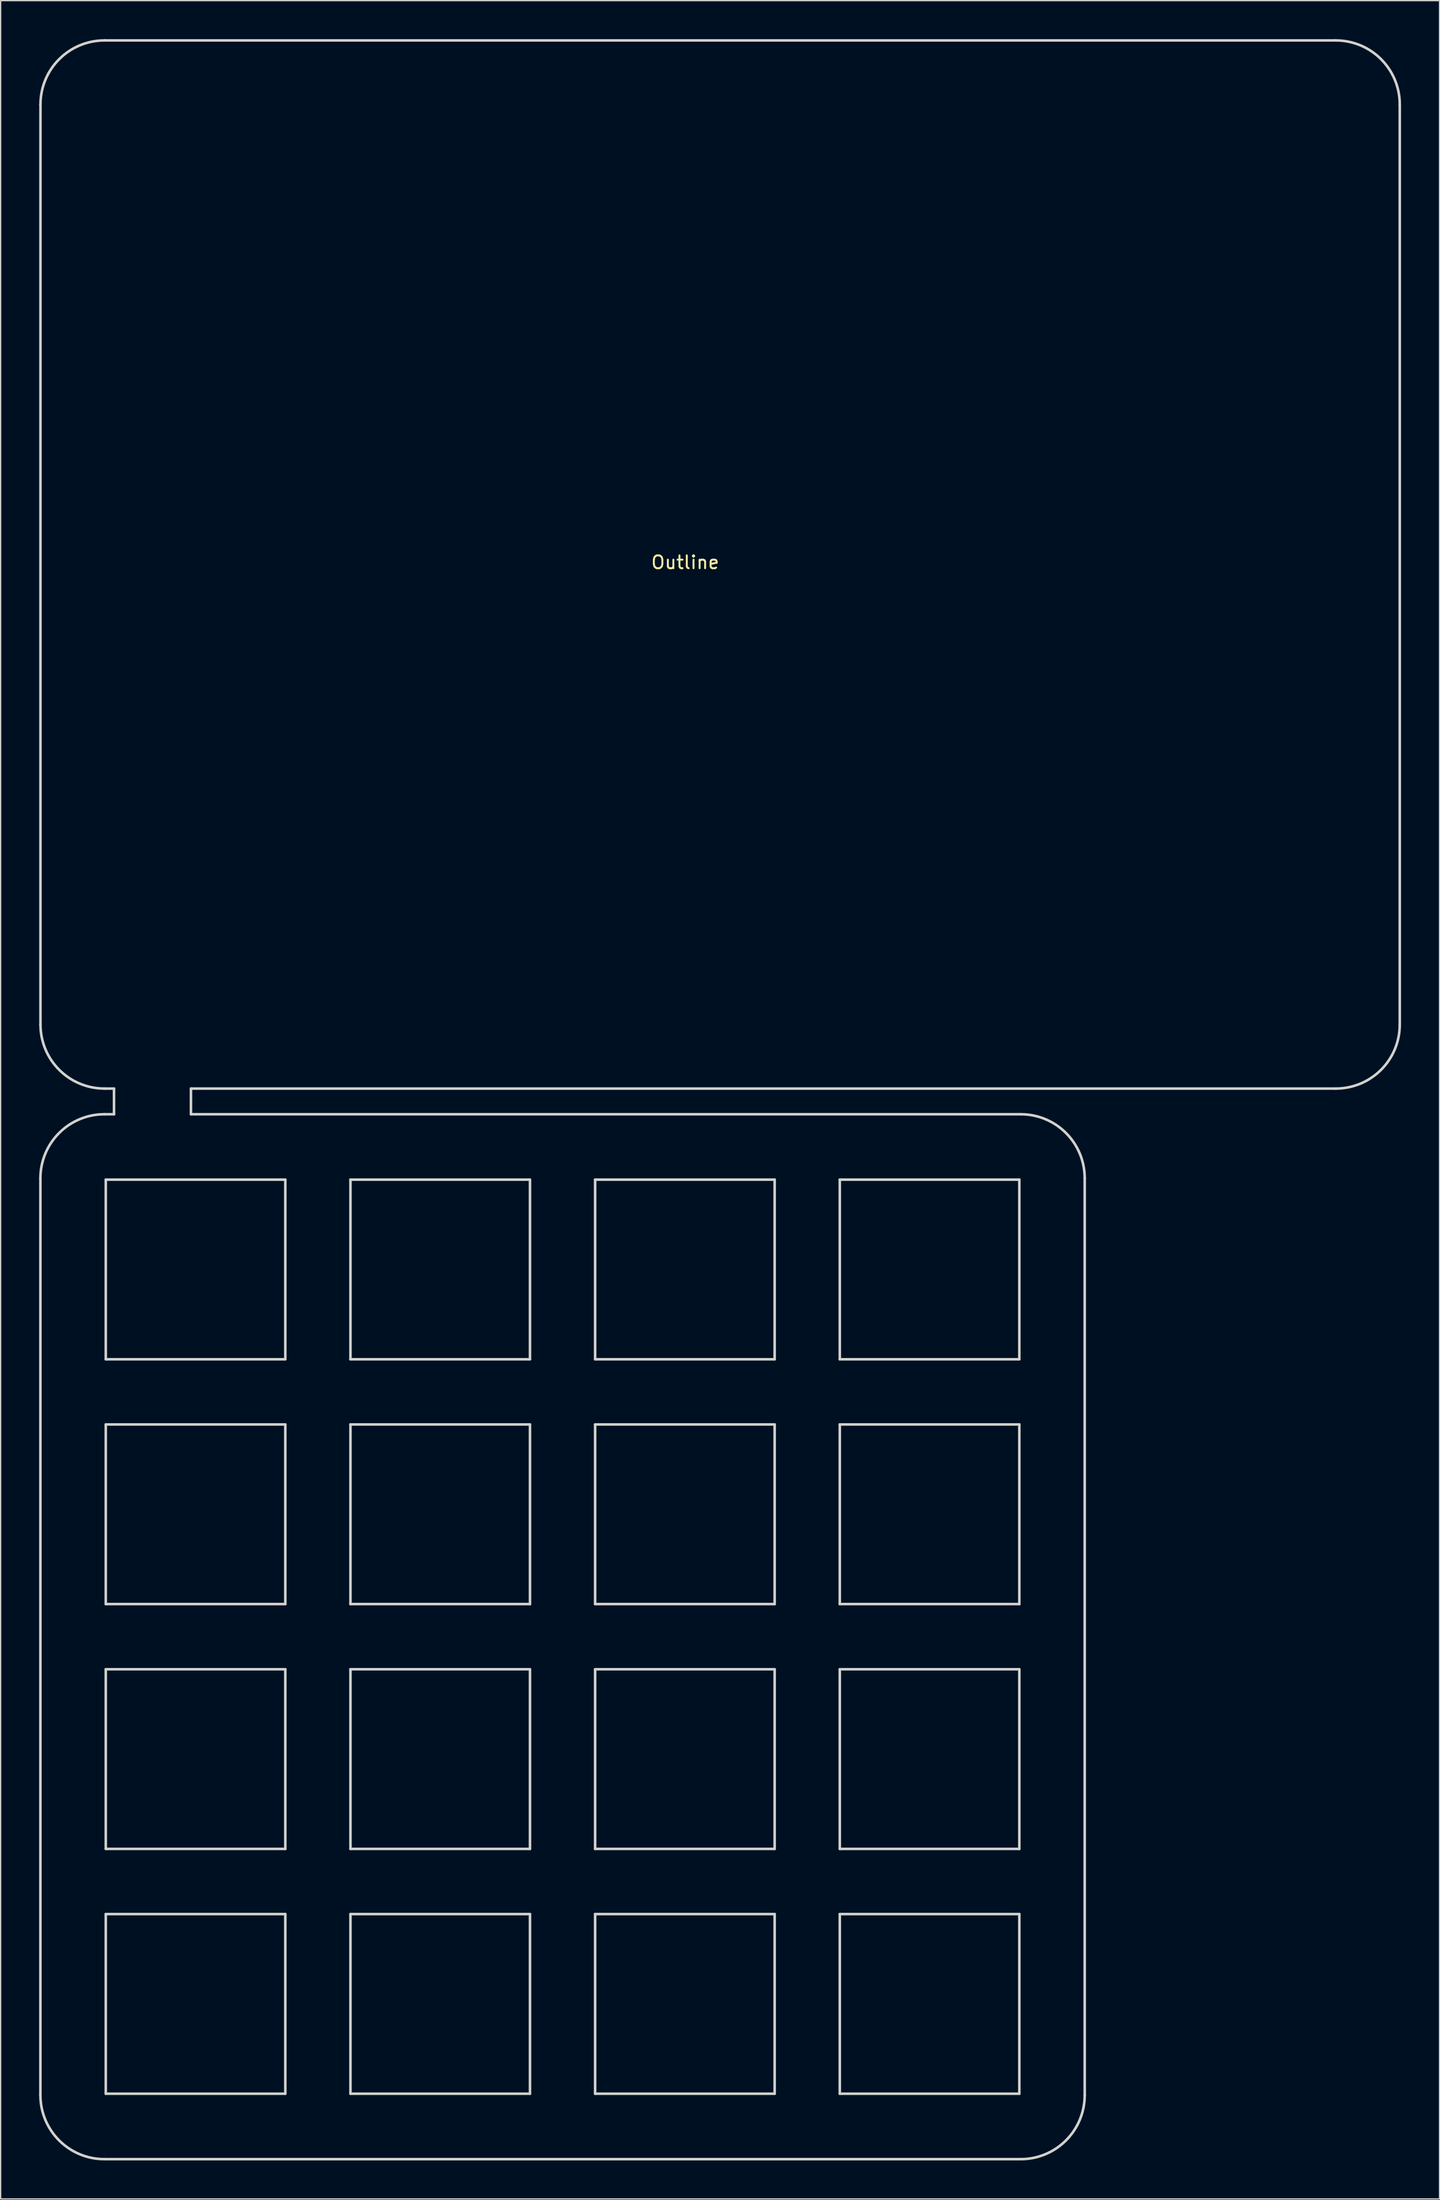
<source format=kicad_pcb>
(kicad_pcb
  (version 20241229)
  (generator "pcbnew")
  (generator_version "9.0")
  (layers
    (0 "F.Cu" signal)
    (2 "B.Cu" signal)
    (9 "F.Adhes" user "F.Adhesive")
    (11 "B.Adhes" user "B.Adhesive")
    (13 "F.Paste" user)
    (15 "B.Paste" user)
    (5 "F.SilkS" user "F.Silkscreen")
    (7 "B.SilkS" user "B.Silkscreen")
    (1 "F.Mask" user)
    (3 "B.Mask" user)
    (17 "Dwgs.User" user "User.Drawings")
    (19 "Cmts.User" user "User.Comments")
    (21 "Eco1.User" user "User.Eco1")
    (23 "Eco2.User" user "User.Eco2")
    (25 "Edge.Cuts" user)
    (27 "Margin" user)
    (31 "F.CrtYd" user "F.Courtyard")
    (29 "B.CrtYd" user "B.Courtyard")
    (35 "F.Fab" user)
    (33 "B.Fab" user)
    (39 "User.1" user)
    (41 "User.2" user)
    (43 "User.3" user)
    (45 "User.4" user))
  (footprint "Outline"
    (layer "F.Cu")
    (at 60.726 44.09)
    (property "Reference" "Outline" (at -10.338 -3.31 0) (layer "F.SilkS") (effects (font (size 1 1) (thickness 0.15))))
    (attr through_hole)
    (fp_line (start -60.626 44.7) (end -60.626 116.138) (stroke (width 0.2) (type solid)) (layer "Edge.Cuts"))
    (fp_line (start -60.62 -38.99) (end -60.62 32.701) (stroke (width 0.2) (type solid)) (layer "Edge.Cuts"))
    (fp_line (start -55.626 121.138) (end 15.811 121.138) (stroke (width 0.2) (type solid)) (layer "Edge.Cuts"))
    (fp_line (start -55.62 -43.99) (end -55.62 -43.99) (stroke (width 0.2) (type solid)) (layer "Edge.Cuts"))
    (fp_line (start -55.62 37.7) (end -54.886 37.7) (stroke (width 0.2) (type solid)) (layer "Edge.Cuts"))
    (fp_line (start -55.527 44.797) (end -41.527 44.797) (stroke (width 0.2) (type solid)) (layer "Edge.Cuts"))
    (fp_line (start -55.527 58.797) (end -55.527 44.797) (stroke (width 0.2) (type solid)) (layer "Edge.Cuts"))
    (fp_line (start -55.527 63.877) (end -41.527 63.877) (stroke (width 0.2) (type solid)) (layer "Edge.Cuts"))
    (fp_line (start -55.527 77.877) (end -55.527 63.877) (stroke (width 0.2) (type solid)) (layer "Edge.Cuts"))
    (fp_line (start -55.527 82.957) (end -41.527 82.957) (stroke (width 0.2) (type solid)) (layer "Edge.Cuts"))
    (fp_line (start -55.527 96.957) (end -55.527 82.957) (stroke (width 0.2) (type solid)) (layer "Edge.Cuts"))
    (fp_line (start -55.527 102.037) (end -41.527 102.037) (stroke (width 0.2) (type solid)) (layer "Edge.Cuts"))
    (fp_line (start -55.527 116.037) (end -55.527 102.037) (stroke (width 0.2) (type solid)) (layer "Edge.Cuts"))
    (fp_line (start -54.886 37.7) (end -54.886 39.7) (stroke (width 0.2) (type solid)) (layer "Edge.Cuts"))
    (fp_line (start -54.886 39.7) (end -55.626 39.7) (stroke (width 0.2) (type solid)) (layer "Edge.Cuts"))
    (fp_line (start -48.886 37.7) (end 40.38 37.7) (stroke (width 0.2) (type solid)) (layer "Edge.Cuts"))
    (fp_line (start -48.886 39.7) (end -48.886 37.7) (stroke (width 0.2) (type solid)) (layer "Edge.Cuts"))
    (fp_line (start -41.527 44.797) (end -41.527 58.797) (stroke (width 0.2) (type solid)) (layer "Edge.Cuts"))
    (fp_line (start -41.527 58.797) (end -55.527 58.797) (stroke (width 0.2) (type solid)) (layer "Edge.Cuts"))
    (fp_line (start -41.527 63.877) (end -41.527 77.877) (stroke (width 0.2) (type solid)) (layer "Edge.Cuts"))
    (fp_line (start -41.527 77.877) (end -55.527 77.877) (stroke (width 0.2) (type solid)) (layer "Edge.Cuts"))
    (fp_line (start -41.527 82.957) (end -41.527 96.957) (stroke (width 0.2) (type solid)) (layer "Edge.Cuts"))
    (fp_line (start -41.527 96.957) (end -55.527 96.957) (stroke (width 0.2) (type solid)) (layer "Edge.Cuts"))
    (fp_line (start -41.527 102.037) (end -41.527 116.037) (stroke (width 0.2) (type solid)) (layer "Edge.Cuts"))
    (fp_line (start -41.527 116.037) (end -55.527 116.037) (stroke (width 0.2) (type solid)) (layer "Edge.Cuts"))
    (fp_line (start -36.447 44.797) (end -22.447 44.797) (stroke (width 0.2) (type solid)) (layer "Edge.Cuts"))
    (fp_line (start -36.447 58.797) (end -36.447 44.797) (stroke (width 0.2) (type solid)) (layer "Edge.Cuts"))
    (fp_line (start -36.447 63.877) (end -22.447 63.877) (stroke (width 0.2) (type solid)) (layer "Edge.Cuts"))
    (fp_line (start -36.447 77.877) (end -36.447 63.877) (stroke (width 0.2) (type solid)) (layer "Edge.Cuts"))
    (fp_line (start -36.447 82.957) (end -22.447 82.957) (stroke (width 0.2) (type solid)) (layer "Edge.Cuts"))
    (fp_line (start -36.447 96.957) (end -36.447 82.957) (stroke (width 0.2) (type solid)) (layer "Edge.Cuts"))
    (fp_line (start -36.447 102.037) (end -22.447 102.037) (stroke (width 0.2) (type solid)) (layer "Edge.Cuts"))
    (fp_line (start -36.447 116.037) (end -36.447 102.037) (stroke (width 0.2) (type solid)) (layer "Edge.Cuts"))
    (fp_line (start -22.447 44.797) (end -22.447 58.797) (stroke (width 0.2) (type solid)) (layer "Edge.Cuts"))
    (fp_line (start -22.447 58.797) (end -36.447 58.797) (stroke (width 0.2) (type solid)) (layer "Edge.Cuts"))
    (fp_line (start -22.447 63.877) (end -22.447 77.877) (stroke (width 0.2) (type solid)) (layer "Edge.Cuts"))
    (fp_line (start -22.447 77.877) (end -36.447 77.877) (stroke (width 0.2) (type solid)) (layer "Edge.Cuts"))
    (fp_line (start -22.447 82.957) (end -22.447 96.957) (stroke (width 0.2) (type solid)) (layer "Edge.Cuts"))
    (fp_line (start -22.447 96.957) (end -36.447 96.957) (stroke (width 0.2) (type solid)) (layer "Edge.Cuts"))
    (fp_line (start -22.447 102.037) (end -22.447 116.037) (stroke (width 0.2) (type solid)) (layer "Edge.Cuts"))
    (fp_line (start -22.447 116.037) (end -36.447 116.037) (stroke (width 0.2) (type solid)) (layer "Edge.Cuts"))
    (fp_line (start -17.367 44.797) (end -3.367 44.797) (stroke (width 0.2) (type solid)) (layer "Edge.Cuts"))
    (fp_line (start -17.367 58.797) (end -17.367 44.797) (stroke (width 0.2) (type solid)) (layer "Edge.Cuts"))
    (fp_line (start -17.367 63.877) (end -3.367 63.877) (stroke (width 0.2) (type solid)) (layer "Edge.Cuts"))
    (fp_line (start -17.367 77.877) (end -17.367 63.877) (stroke (width 0.2) (type solid)) (layer "Edge.Cuts"))
    (fp_line (start -17.367 82.957) (end -3.367 82.957) (stroke (width 0.2) (type solid)) (layer "Edge.Cuts"))
    (fp_line (start -17.367 96.957) (end -17.367 82.957) (stroke (width 0.2) (type solid)) (layer "Edge.Cuts"))
    (fp_line (start -17.367 102.037) (end -3.367 102.037) (stroke (width 0.2) (type solid)) (layer "Edge.Cuts"))
    (fp_line (start -17.367 116.037) (end -17.367 102.037) (stroke (width 0.2) (type solid)) (layer "Edge.Cuts"))
    (fp_line (start -3.367 44.797) (end -3.367 58.797) (stroke (width 0.2) (type solid)) (layer "Edge.Cuts"))
    (fp_line (start -3.367 58.797) (end -17.367 58.797) (stroke (width 0.2) (type solid)) (layer "Edge.Cuts"))
    (fp_line (start -3.367 63.877) (end -3.367 77.877) (stroke (width 0.2) (type solid)) (layer "Edge.Cuts"))
    (fp_line (start -3.367 77.877) (end -17.367 77.877) (stroke (width 0.2) (type solid)) (layer "Edge.Cuts"))
    (fp_line (start -3.367 82.957) (end -3.367 96.957) (stroke (width 0.2) (type solid)) (layer "Edge.Cuts"))
    (fp_line (start -3.367 96.957) (end -17.367 96.957) (stroke (width 0.2) (type solid)) (layer "Edge.Cuts"))
    (fp_line (start -3.367 102.037) (end -3.367 116.037) (stroke (width 0.2) (type solid)) (layer "Edge.Cuts"))
    (fp_line (start -3.367 116.037) (end -17.367 116.037) (stroke (width 0.2) (type solid)) (layer "Edge.Cuts"))
    (fp_line (start 1.713 44.797) (end 15.713 44.797) (stroke (width 0.2) (type solid)) (layer "Edge.Cuts"))
    (fp_line (start 1.713 58.797) (end 1.713 44.797) (stroke (width 0.2) (type solid)) (layer "Edge.Cuts"))
    (fp_line (start 1.713 63.877) (end 15.713 63.877) (stroke (width 0.2) (type solid)) (layer "Edge.Cuts"))
    (fp_line (start 1.713 77.877) (end 1.713 63.877) (stroke (width 0.2) (type solid)) (layer "Edge.Cuts"))
    (fp_line (start 1.713 82.957) (end 15.713 82.957) (stroke (width 0.2) (type solid)) (layer "Edge.Cuts"))
    (fp_line (start 1.713 96.957) (end 1.713 82.957) (stroke (width 0.2) (type solid)) (layer "Edge.Cuts"))
    (fp_line (start 1.713 102.037) (end 15.713 102.037) (stroke (width 0.2) (type solid)) (layer "Edge.Cuts"))
    (fp_line (start 1.713 116.037) (end 1.713 102.037) (stroke (width 0.2) (type solid)) (layer "Edge.Cuts"))
    (fp_line (start 15.713 44.797) (end 15.713 58.797) (stroke (width 0.2) (type solid)) (layer "Edge.Cuts"))
    (fp_line (start 15.713 58.797) (end 1.713 58.797) (stroke (width 0.2) (type solid)) (layer "Edge.Cuts"))
    (fp_line (start 15.713 63.877) (end 15.713 77.877) (stroke (width 0.2) (type solid)) (layer "Edge.Cuts"))
    (fp_line (start 15.713 77.877) (end 1.713 77.877) (stroke (width 0.2) (type solid)) (layer "Edge.Cuts"))
    (fp_line (start 15.713 82.957) (end 15.713 96.957) (stroke (width 0.2) (type solid)) (layer "Edge.Cuts"))
    (fp_line (start 15.713 96.957) (end 1.713 96.957) (stroke (width 0.2) (type solid)) (layer "Edge.Cuts"))
    (fp_line (start 15.713 102.037) (end 15.713 116.037) (stroke (width 0.2) (type solid)) (layer "Edge.Cuts"))
    (fp_line (start 15.713 116.037) (end 1.713 116.037) (stroke (width 0.2) (type solid)) (layer "Edge.Cuts"))
    (fp_line (start 15.811 39.7) (end -48.886 39.7) (stroke (width 0.2) (type solid)) (layer "Edge.Cuts"))
    (fp_line (start 20.812 116.138) (end 20.812 44.7) (stroke (width 0.2) (type solid)) (layer "Edge.Cuts"))
    (fp_line (start 40.38 -43.99) (end -55.62 -43.99) (stroke (width 0.2) (type solid)) (layer "Edge.Cuts"))
    (fp_line (start 45.38 32.701) (end 45.38 -38.99) (stroke (width 0.2) (type solid)) (layer "Edge.Cuts"))
    (fp_curve (pts (xy -60.626 116.138) (xy -60.626 118.908) (xy -58.396 121.138) (xy -55.626 121.138)) (stroke (width 0.2) (type solid)) (layer "Edge.Cuts"))
    (fp_curve (pts (xy -60.62 32.701) (xy -60.62 35.471) (xy -58.39 37.7) (xy -55.62 37.7)) (stroke (width 0.2) (type solid)) (layer "Edge.Cuts"))
    (fp_curve (pts (xy -55.626 39.7) (xy -58.396 39.7) (xy -60.626 41.93) (xy -60.626 44.7)) (stroke (width 0.2) (type solid)) (layer "Edge.Cuts"))
    (fp_curve (pts (xy -55.62 -43.99) (xy -58.39 -43.99) (xy -60.62 -41.76) (xy -60.62 -38.99)) (stroke (width 0.2) (type solid)) (layer "Edge.Cuts"))
    (fp_curve (pts (xy 15.811 121.138) (xy 18.581 121.138) (xy 20.812 118.908) (xy 20.812 116.138)) (stroke (width 0.2) (type solid)) (layer "Edge.Cuts"))
    (fp_curve (pts (xy 20.812 44.7) (xy 20.812 41.93) (xy 18.581 39.7) (xy 15.811 39.7)) (stroke (width 0.2) (type solid)) (layer "Edge.Cuts"))
    (fp_curve (pts (xy 40.38 37.7) (xy 43.15 37.7) (xy 45.38 35.471) (xy 45.38 32.701)) (stroke (width 0.2) (type solid)) (layer "Edge.Cuts"))
    (fp_curve (pts (xy 45.38 -38.99) (xy 45.38 -41.76) (xy 43.15 -43.99) (xy 40.38 -43.99)) (stroke (width 0.2) (type solid)) (layer "Edge.Cuts")))
  (gr_rect
    (start -3 -3)
    (end 109.206 168.327)
    (stroke (width 0.1) (type default))
    (fill no)
    (layer "Edge.Cuts")))
</source>
